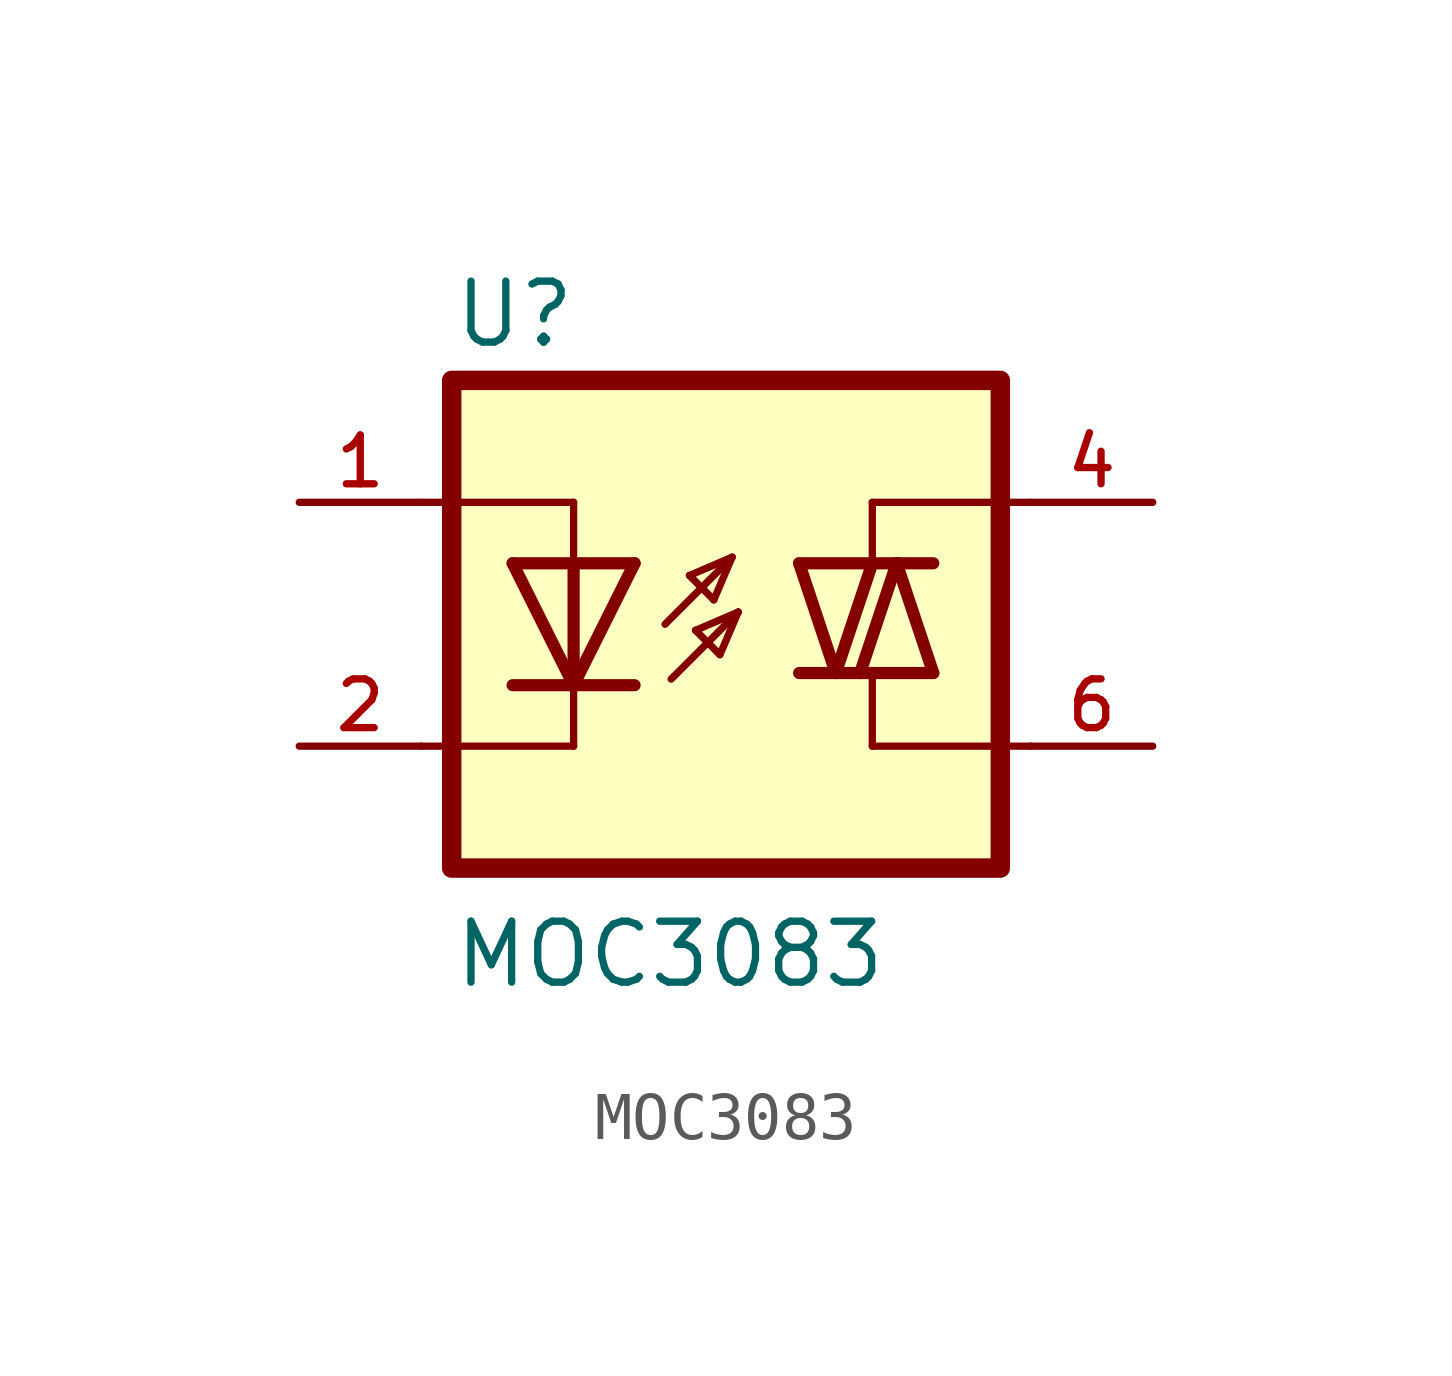
<source format=kicad_sym>
(kicad_symbol_lib
  (version 20211014)
  (generator kicad_symbol_editor)
  (symbol "MOC3083"
    (pin_names
      (offset 1.016))
    (property "Reference" "U"
      (at -6.985 5.715 0)
      (effects (font (size 1.27 1.27)) (justify bottom left)))
    (property "Value" "MOC3083"
      (at -6.985 -7.62 0)
      (effects (font (size 1.27 1.27)) (justify bottom left)))
    (symbol "MOC3083_0_0"
      (polyline (pts (xy -2.413 -1.143) (xy -1.016 0.254)) (stroke (width 0.152)))
      (polyline (pts (xy -1.016 0.254) (xy -1.905 -0.127)) (stroke (width 0.152)))
      (polyline (pts (xy -1.905 -0.127) (xy -1.397 -0.635)) (stroke (width 0.152)))
      (polyline (pts (xy -1.397 -0.635) (xy -1.016 0.254)) (stroke (width 0.152)))
      (polyline (pts (xy -1.143 1.397) (xy -2.032 1.016)) (stroke (width 0.152)))
      (polyline (pts (xy -2.032 1.016) (xy -1.524 0.508)) (stroke (width 0.152)))
      (polyline (pts (xy -1.524 0.508) (xy -1.143 1.397)) (stroke (width 0.152)))
      (polyline (pts (xy -2.54 0.0) (xy -1.143 1.397)) (stroke (width 0.152)))
      (polyline (pts (xy -3.175 1.27) (xy -4.445 -1.27)) (stroke (width 0.254)))
      (polyline (pts (xy -4.445 -1.27) (xy -5.715 1.27)) (stroke (width 0.254)))
      (polyline (pts (xy -3.175 -1.27) (xy -4.445 -1.27)) (stroke (width 0.254)))
      (polyline (pts (xy -4.445 -1.27) (xy -5.715 -1.27)) (stroke (width 0.254)))
      (polyline (pts (xy -3.175 1.27) (xy -4.445 1.27)) (stroke (width 0.254)))
      (polyline (pts (xy -4.445 1.27) (xy -4.445 -1.27)) (stroke (width 0.254)))
      (polyline (pts (xy -4.445 1.27) (xy -5.715 1.27)) (stroke (width 0.254)))
      (polyline (pts (xy -4.445 2.54) (xy -4.445 1.27)) (stroke (width 0.152)))
      (polyline (pts (xy -4.445 -1.27) (xy -4.445 -2.54)) (stroke (width 0.152)))
      (polyline (pts (xy -4.445 2.54) (xy -7.62 2.54)) (stroke (width 0.152)))
      (polyline (pts (xy -4.445 -2.54) (xy -7.62 -2.54)) (stroke (width 0.152)))
      (polyline (pts (xy 1.778 -2.54) (xy 5.08 -2.54)) (stroke (width 0.152)))
      (polyline (pts (xy 1.778 2.54) (xy 5.08 2.54)) (stroke (width 0.152)))
      (polyline (pts (xy 0.254 1.27) (xy 1.016 -1.016)) (stroke (width 0.254)))
      (polyline (pts (xy 1.016 -1.016) (xy 1.778 1.27)) (stroke (width 0.254)))
      (polyline (pts (xy 1.778 1.27) (xy 0.254 1.27)) (stroke (width 0.254)))
      (polyline (pts (xy 2.286 1.27) (xy 1.778 1.27)) (stroke (width 0.254)))
      (polyline (pts (xy 1.524 -1.016) (xy 2.286 1.27)) (stroke (width 0.254)))
      (polyline (pts (xy 2.286 1.27) (xy 3.048 -1.016)) (stroke (width 0.254)))
      (polyline (pts (xy 3.048 -1.016) (xy 1.778 -1.016)) (stroke (width 0.254)))
      (polyline (pts (xy 1.778 -1.016) (xy 1.524 -1.016)) (stroke (width 0.254)))
      (polyline (pts (xy 2.286 1.27) (xy 3.048 1.27)) (stroke (width 0.254)))
      (polyline (pts (xy 1.016 -1.016) (xy 0.254 -1.016)) (stroke (width 0.254)))
      (polyline (pts (xy 1.016 -1.016) (xy 1.524 -1.016)) (stroke (width 0.254)))
      (polyline (pts (xy 1.778 -2.54) (xy 1.778 -1.016)) (stroke (width 0.152)))
      (polyline (pts (xy 1.778 2.54) (xy 1.778 1.27)) (stroke (width 0.152)))
      (rectangle (start -6.985 -5.08) (end 4.445 5.08) (stroke (width 0.406)) (fill (type background)))
      (pin passive line (at -10.16 2.54 0) (length 2.54) (name "~" (effects (font (size 1.016 1.016)))) (number "1" (effects (font (size 1.016 1.016)))))
      (pin passive line (at -10.16 -2.54 0) (length 2.54) (name "~" (effects (font (size 1.016 1.016)))) (number "2" (effects (font (size 1.016 1.016)))))
      (pin passive line (at 7.62 2.54 180.0) (length 2.54) (name "~" (effects (font (size 1.016 1.016)))) (number "4" (effects (font (size 1.016 1.016)))))
      (pin passive line (at 7.62 -2.54 180.0) (length 2.54) (name "~" (effects (font (size 1.016 1.016)))) (number "6" (effects (font (size 1.016 1.016))))))))
</source>
